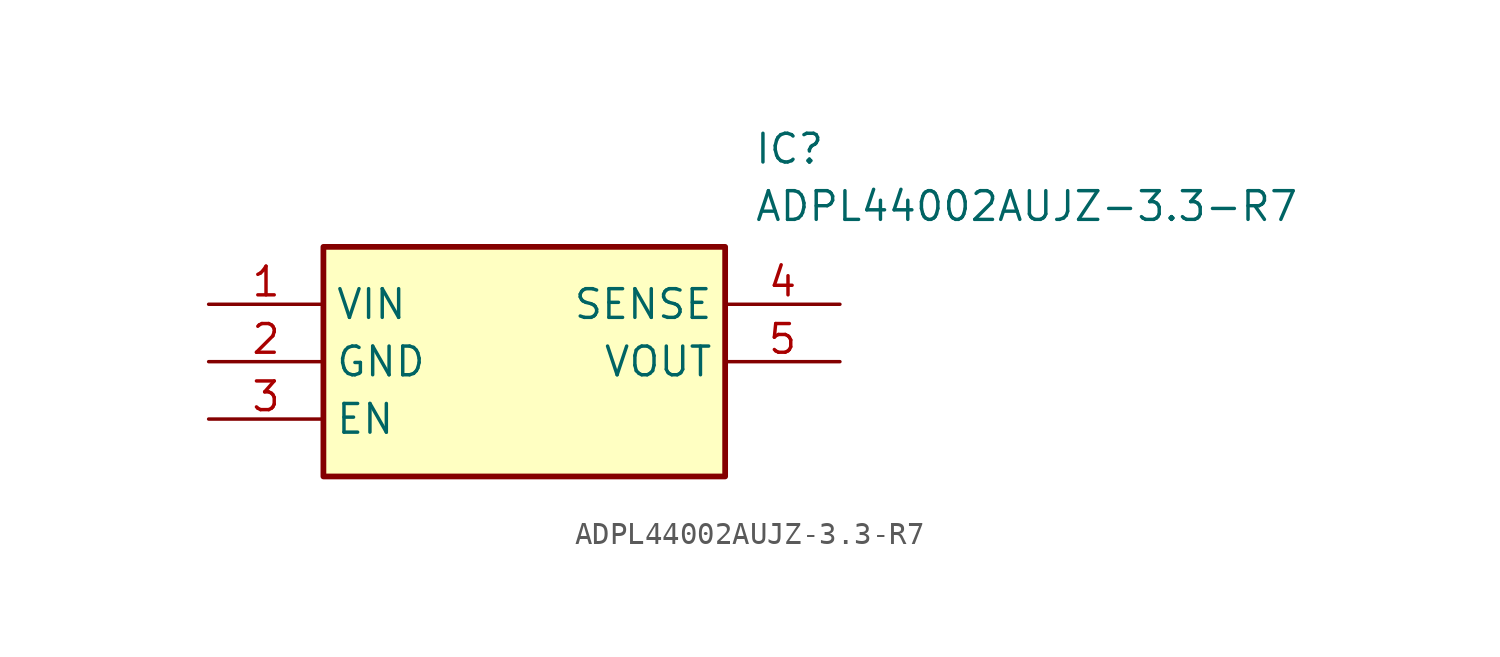
<source format=kicad_sym>
(kicad_symbol_lib
  (version 20211014)
  (generator SamacSys_ECAD_Model)
  (symbol "ADPL44002AUJZ-3.3-R7"
    (property "Reference" "IC"
      (at 24.13 7.62 0)
      (effects (font (size 1.27 1.27)) (justify left top)))
    (property "Value" "ADPL44002AUJZ-3.3-R7"
      (at 24.13 5.08 0)
      (effects (font (size 1.27 1.27)) (justify left top)))
    (rectangle
      (start 5.08 2.54)
      (end 22.86 -7.62)
      (stroke (width 0.254) (type default))
      (fill (type background)))
    (pin passive line
      (at 0 0 0)
      (length 5.08)
      (name "VIN" (effects (font (size 1.27 1.27))))
      (number "1" (effects (font (size 1.27 1.27)))))
    (pin passive line
      (at 0 -2.54 0)
      (length 5.08)
      (name "GND" (effects (font (size 1.27 1.27))))
      (number "2" (effects (font (size 1.27 1.27)))))
    (pin passive line
      (at 0 -5.08 0)
      (length 5.08)
      (name "EN" (effects (font (size 1.27 1.27))))
      (number "3" (effects (font (size 1.27 1.27)))))
    (pin passive line
      (at 27.94 0 180)
      (length 5.08)
      (name "SENSE" (effects (font (size 1.27 1.27))))
      (number "4" (effects (font (size 1.27 1.27)))))
    (pin passive line
      (at 27.94 -2.54 180)
      (length 5.08)
      (name "VOUT" (effects (font (size 1.27 1.27))))
      (number "5" (effects (font (size 1.27 1.27)))))))
</source>
